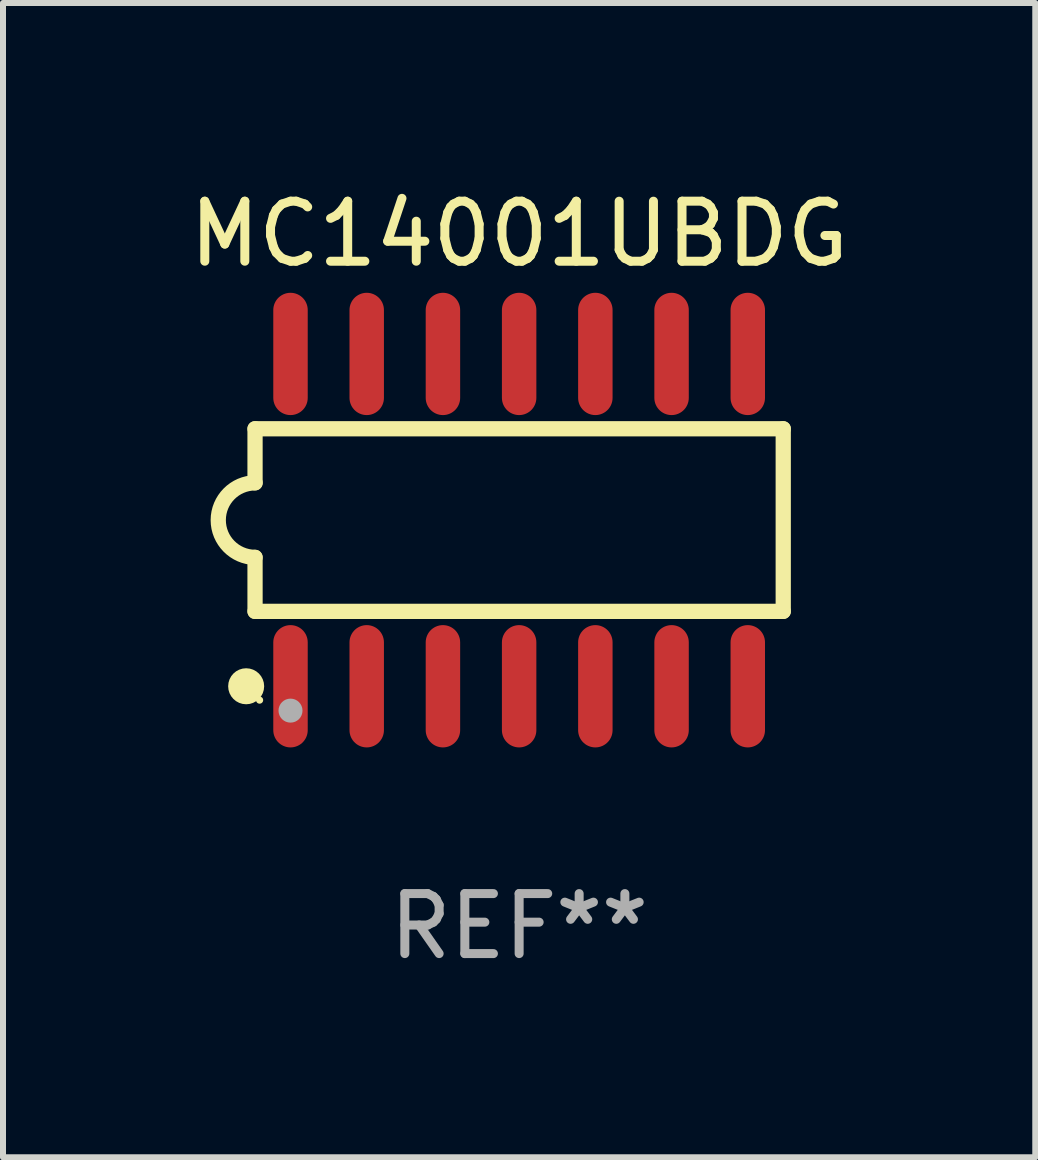
<source format=kicad_pcb>
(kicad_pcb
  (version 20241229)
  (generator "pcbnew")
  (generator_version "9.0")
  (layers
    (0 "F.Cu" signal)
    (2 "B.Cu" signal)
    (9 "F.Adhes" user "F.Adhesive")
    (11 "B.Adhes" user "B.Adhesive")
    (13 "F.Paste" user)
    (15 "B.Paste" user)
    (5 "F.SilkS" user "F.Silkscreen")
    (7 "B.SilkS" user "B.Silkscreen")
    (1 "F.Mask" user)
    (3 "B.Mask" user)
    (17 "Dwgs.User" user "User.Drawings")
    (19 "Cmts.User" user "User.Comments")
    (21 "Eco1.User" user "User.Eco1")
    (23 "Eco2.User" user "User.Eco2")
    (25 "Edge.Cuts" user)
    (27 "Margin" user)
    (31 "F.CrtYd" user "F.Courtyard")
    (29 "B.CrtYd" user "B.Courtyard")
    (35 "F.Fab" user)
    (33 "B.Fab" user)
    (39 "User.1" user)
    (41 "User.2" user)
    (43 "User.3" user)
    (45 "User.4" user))
  (footprint "MC14001UBDG"
    (layer "F.Cu")
    (at 5.601 5.617)
    (property "Reference" "MC14001UBDG" (at 0 -4.769 0) (layer "F.SilkS") (effects (font (size 1 1) (thickness 0.15))))
    (attr through_hole)
    (fp_line (start -4.401 -1.522) (end -4.401 -0.622) (stroke (width 0.254) (type solid)) (layer "F.SilkS"))
    (fp_line (start -4.401 -1.522) (end 4.401 -1.522) (stroke (width 0.254) (type solid)) (layer "F.SilkS"))
    (fp_line (start -4.401 1.521) (end -4.401 0.621) (stroke (width 0.254) (type solid)) (layer "F.SilkS"))
    (fp_line (start 4.401 -1.522) (end 4.401 1.521) (stroke (width 0.254) (type solid)) (layer "F.SilkS"))
    (fp_line (start 4.401 1.521) (end -4.401 1.521) (stroke (width 0.254) (type solid)) (layer "F.SilkS"))
    (fp_arc (start -4.401219 0.621311) (mid -5.021261 -0.000419) (end -4.400101 -0.621032) (stroke (width 0.254001) (type solid)) (layer "F.SilkS"))
    (fp_circle (center -4.549 2.769) (end -4.399 2.769) (stroke (width 0.3) (type solid)) (fill no) (layer "F.SilkS"))
    (fp_circle (center -4.325 3) (end -4.295 3) (stroke (width 0.06) (type solid)) (fill no) (layer "F.SilkS"))
    (fp_circle (center -3.81 3.175) (end -3.71 3.175) (stroke (width 0.2) (type solid)) (fill no) (layer "F.Fab"))
    (fp_text user "REF**" (at 0 6.769 0) (layer "F.Fab") (effects (font (size 1 1) (thickness 0.15))))
    (pad "1" smd oval (at -3.81 2.769) (size 0.574 2.038) (layers "F.Cu" "F.Mask" "F.Paste"))
    (pad "2" smd oval (at -2.54 2.769) (size 0.574 2.038) (layers "F.Cu" "F.Mask" "F.Paste"))
    (pad "3" smd oval (at -1.27 2.769) (size 0.574 2.038) (layers "F.Cu" "F.Mask" "F.Paste"))
    (pad "4" smd oval (at -0.000051 2.769) (size 0.574 2.038) (layers "F.Cu" "F.Mask" "F.Paste"))
    (pad "5" smd oval (at 1.27 2.769) (size 0.574 2.038) (layers "F.Cu" "F.Mask" "F.Paste"))
    (pad "6" smd oval (at 2.54 2.769) (size 0.574 2.038) (layers "F.Cu" "F.Mask" "F.Paste"))
    (pad "7" smd oval (at 3.81 2.769) (size 0.574 2.038) (layers "F.Cu" "F.Mask" "F.Paste"))
    (pad "8" smd oval (at 3.81 -2.769) (size 0.574 2.038) (layers "F.Cu" "F.Mask" "F.Paste"))
    (pad "9" smd oval (at 2.54 -2.769) (size 0.574 2.038) (layers "F.Cu" "F.Mask" "F.Paste"))
    (pad "10" smd oval (at 1.27 -2.769) (size 0.574 2.038) (layers "F.Cu" "F.Mask" "F.Paste"))
    (pad "11" smd oval (at -0.000051 -2.769) (size 0.574 2.038) (layers "F.Cu" "F.Mask" "F.Paste"))
    (pad "12" smd oval (at -1.27 -2.769) (size 0.574 2.038) (layers "F.Cu" "F.Mask" "F.Paste"))
    (pad "13" smd oval (at -2.54 -2.769) (size 0.574 2.038) (layers "F.Cu" "F.Mask" "F.Paste"))
    (pad "14" smd oval (at -3.81 -2.769) (size 0.574 2.038) (layers "F.Cu" "F.Mask" "F.Paste")))
  (gr_rect
    (start -3 -3)
    (end 14.202 16.235)
    (stroke (width 0.1) (type default))
    (fill no)
    (layer "Edge.Cuts")))
</source>
